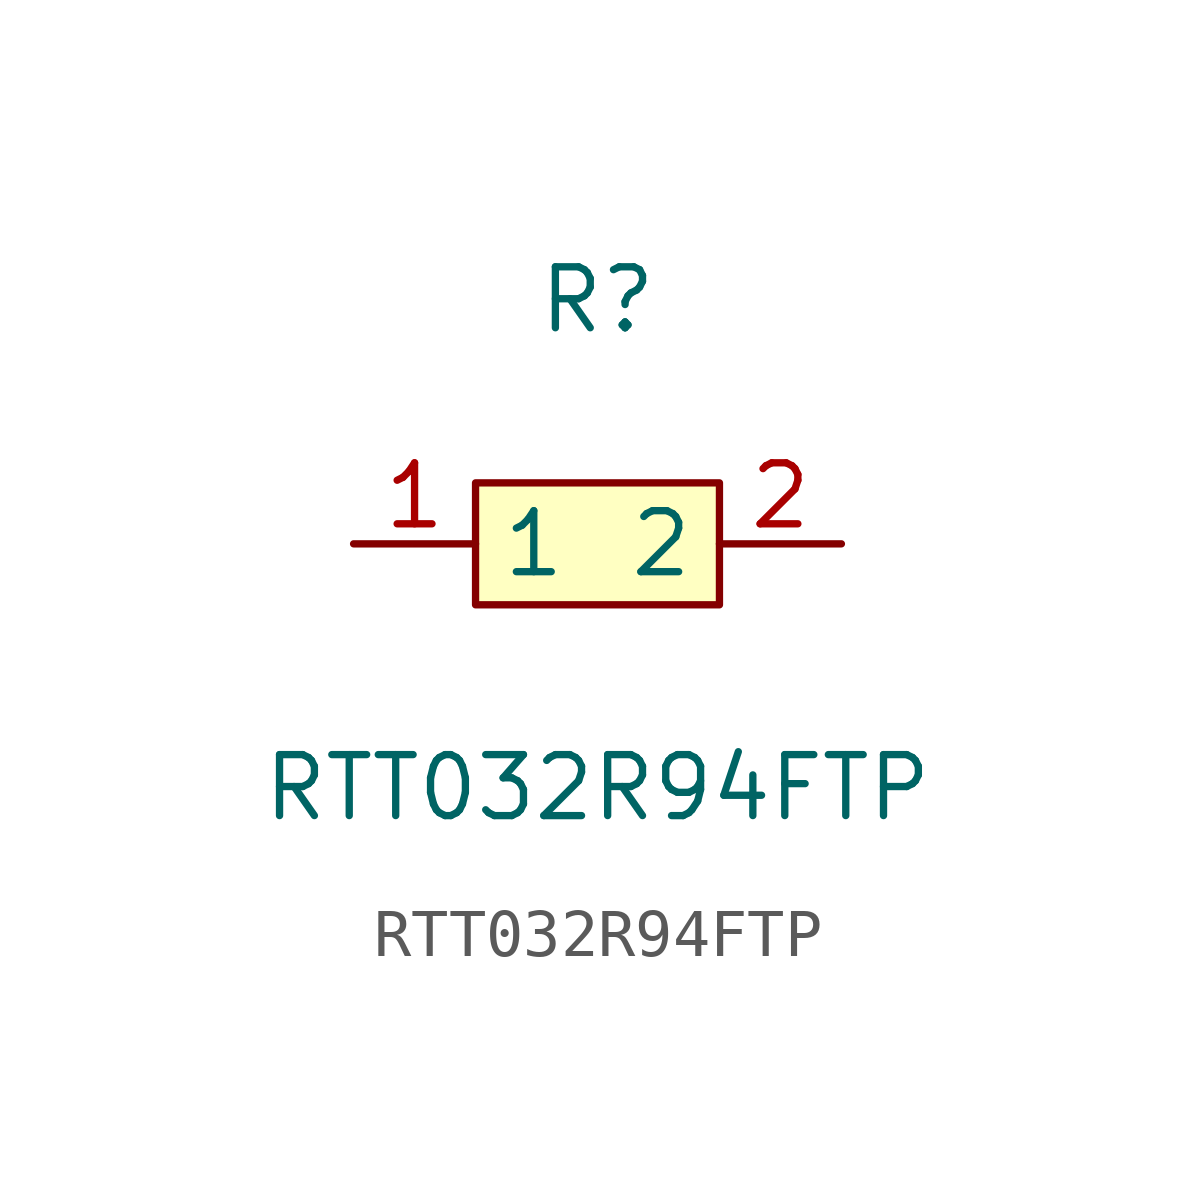
<source format=kicad_sym>
(kicad_symbol_lib
  (version 1)
  (generator "faebryk")
  (symbol "RTT032R94FTP"
    (property "Reference" "R"
      (at 0 5.08 0)
      (effects (font (size 1.27 1.27)) (hide no)))
    (property "Value" "RTT032R94FTP"
      (at 0 -5.08 0)
      (effects (font (size 1.27 1.27)) (hide no)))
    (symbol "RTT032R94FTP_0_1"
      (rectangle (start -2.54 1.27) (end 2.54 -1.27) (stroke (width 0) (type default) (color 0 0 0 0)) (fill (type background)))
      (pin unspecified line (at 5.08 0 180) (length 2.54) (name "2" (effects (font (size 1.27 1.27)) (hide no))) (number "2" (effects (font (size 1.27 1.27)) (hide no))))
      (pin unspecified line (at -5.08 0 0) (length 2.54) (name "1" (effects (font (size 1.27 1.27)) (hide no))) (number "1" (effects (font (size 1.27 1.27)) (hide no)))))))
</source>
